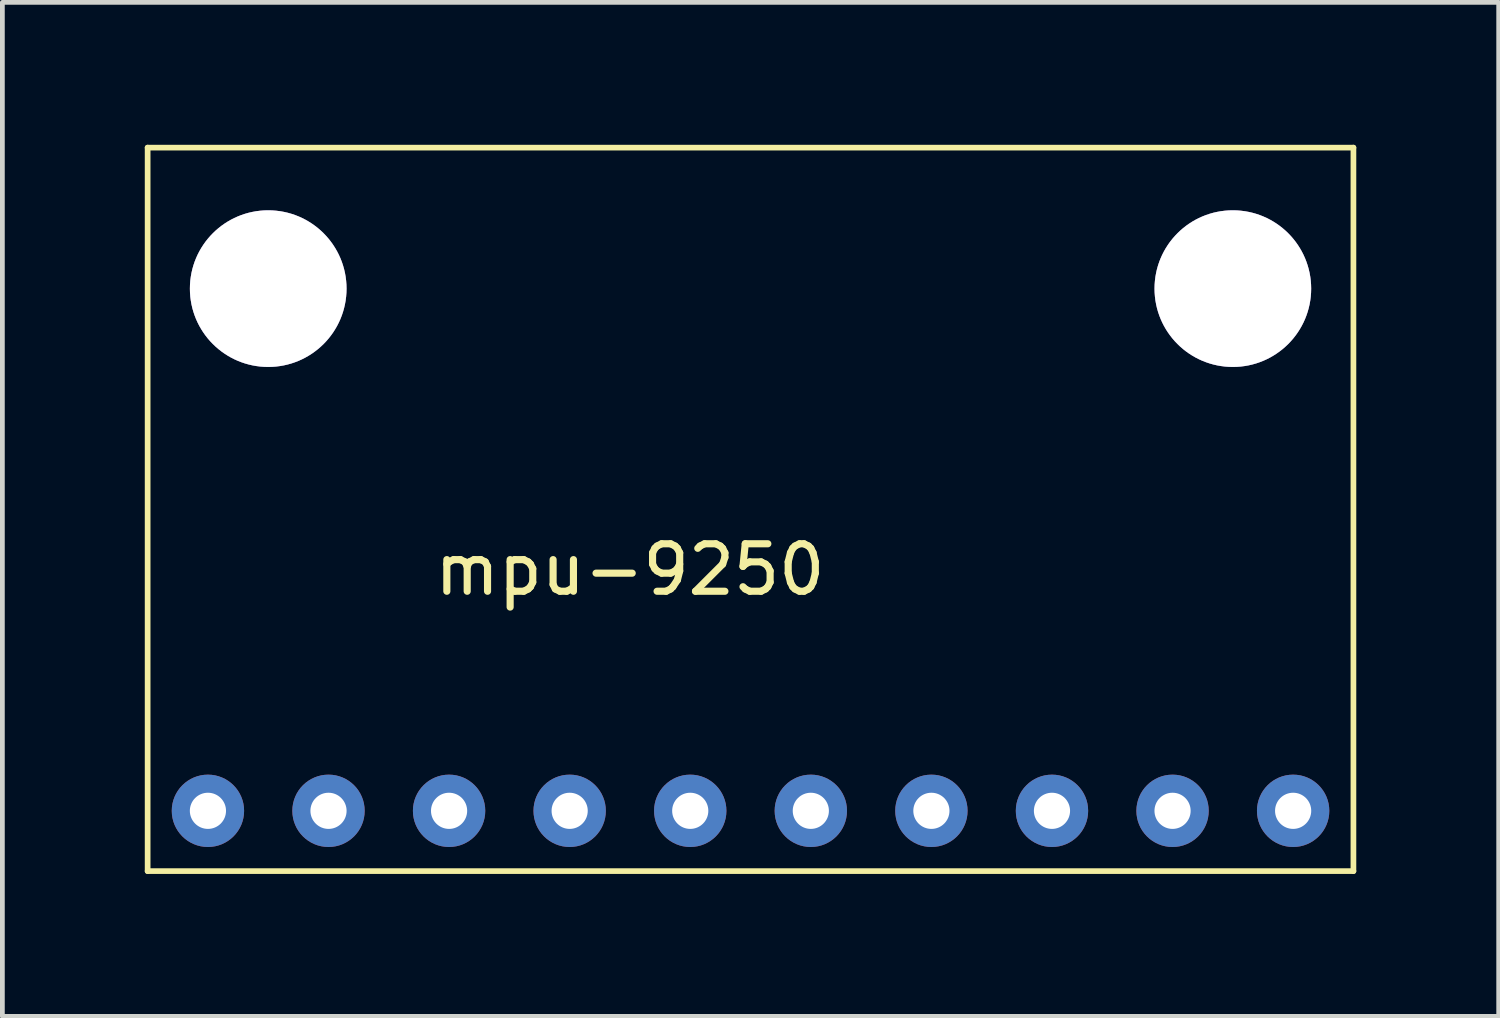
<source format=kicad_pcb>
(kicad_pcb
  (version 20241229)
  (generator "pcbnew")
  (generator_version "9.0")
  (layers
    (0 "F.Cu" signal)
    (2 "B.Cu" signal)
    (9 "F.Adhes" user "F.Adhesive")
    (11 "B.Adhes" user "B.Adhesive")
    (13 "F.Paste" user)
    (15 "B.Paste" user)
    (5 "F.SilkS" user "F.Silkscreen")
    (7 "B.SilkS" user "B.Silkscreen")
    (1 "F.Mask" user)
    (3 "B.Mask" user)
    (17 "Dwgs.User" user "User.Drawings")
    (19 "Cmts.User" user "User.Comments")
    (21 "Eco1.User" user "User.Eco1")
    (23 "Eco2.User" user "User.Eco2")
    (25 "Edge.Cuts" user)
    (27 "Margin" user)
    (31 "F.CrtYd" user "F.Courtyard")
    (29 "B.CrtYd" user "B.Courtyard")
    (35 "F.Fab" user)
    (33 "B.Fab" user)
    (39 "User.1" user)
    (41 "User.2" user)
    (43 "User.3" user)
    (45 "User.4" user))
  (footprint "mpu-9250"
    (layer "F.Cu")
    (at 1.33 14.03)
    (property "Reference" "mpu-9250" (at 8.89 -5.08 0) (layer "F.SilkS") (effects (font (size 1 1) (thickness 0.15))))
    (attr through_hole)
    (fp_line (start -1.27 -13.97) (end -1.27 1.27) (stroke (width 0.12) (type solid)) (layer "F.SilkS"))
    (fp_line (start -1.27 1.27) (end 24.13 1.27) (stroke (width 0.12) (type solid)) (layer "F.SilkS"))
    (fp_line (start 24.13 -13.97) (end -1.27 -13.97) (stroke (width 0.12) (type solid)) (layer "F.SilkS"))
    (fp_line (start 24.13 1.27) (end 24.13 -13.97) (stroke (width 0.12) (type solid)) (layer "F.SilkS"))
    (pad "1" thru_hole circle (at 0 0) (size 1.524 1.524) (drill 0.762) (layers "*.Cu" "*.Mask"))
    (pad "2" thru_hole circle (at 2.54 0) (size 1.524 1.524) (drill 0.762) (layers "*.Cu" "*.Mask"))
    (pad "3" thru_hole circle (at 5.08 0) (size 1.524 1.524) (drill 0.762) (layers "*.Cu" "*.Mask"))
    (pad "4" thru_hole circle (at 7.62 0) (size 1.524 1.524) (drill 0.762) (layers "*.Cu" "*.Mask"))
    (pad "5" thru_hole circle (at 10.16 0) (size 1.524 1.524) (drill 0.762) (layers "*.Cu" "*.Mask"))
    (pad "6" thru_hole circle (at 12.7 0) (size 1.524 1.524) (drill 0.762) (layers "*.Cu" "*.Mask"))
    (pad "7" thru_hole circle (at 15.24 0) (size 1.524 1.524) (drill 0.762) (layers "*.Cu" "*.Mask"))
    (pad "8" thru_hole circle (at 17.78 0) (size 1.524 1.524) (drill 0.762) (layers "*.Cu" "*.Mask"))
    (pad "9" thru_hole circle (at 20.32 0) (size 1.524 1.524) (drill 0.762) (layers "*.Cu" "*.Mask"))
    (pad "10" thru_hole circle (at 22.86 0) (size 1.524 1.524) (drill 0.762) (layers "*.Cu" "*.Mask"))
    (pad "11" thru_hole circle (at 1.27 -11) (size 3.3 3.3) (drill 3.3) (layers "*.Cu" "*.Mask"))
    (pad "12" thru_hole circle (at 21.59 -11) (size 3.3 3.3) (drill 3.3) (layers "*.Cu" "*.Mask")))
  (gr_rect
    (start -3 -3)
    (end 28.52 18.36)
    (stroke (width 0.1) (type default))
    (fill no)
    (layer "Edge.Cuts")))
</source>
